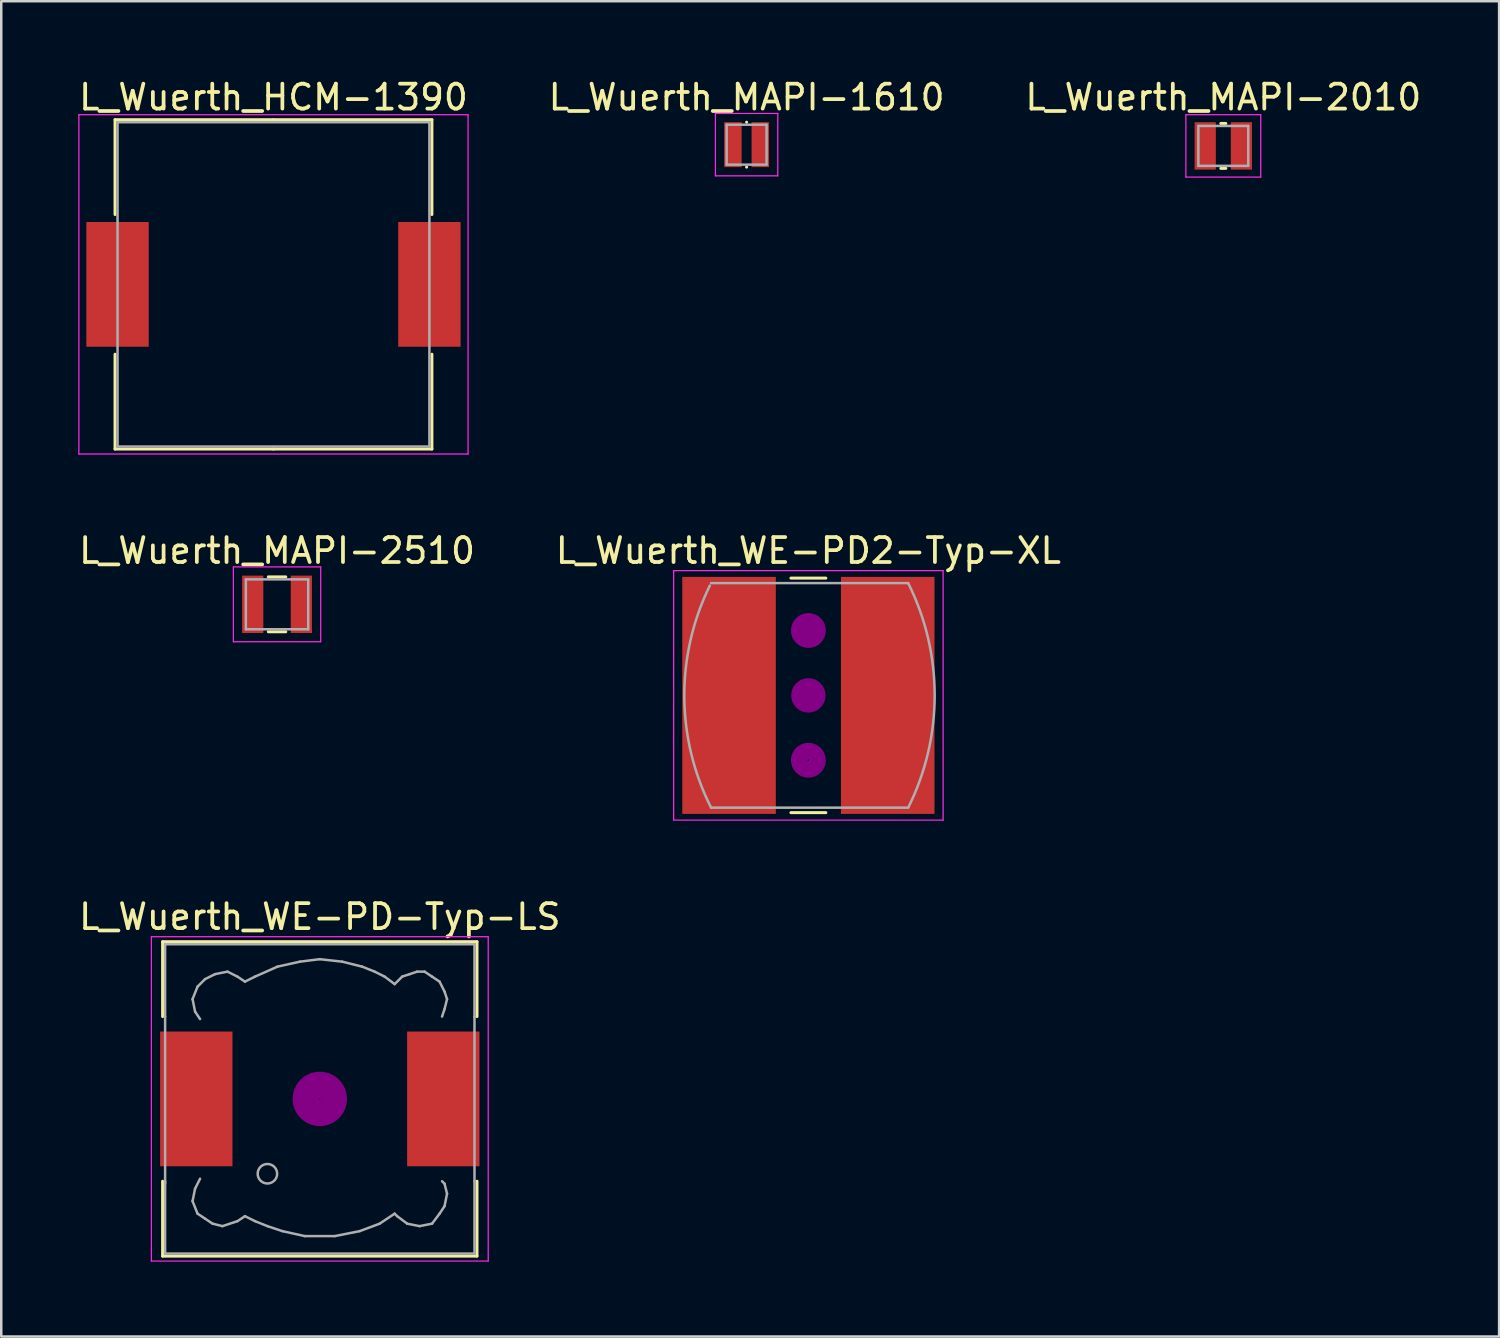
<source format=kicad_pcb>
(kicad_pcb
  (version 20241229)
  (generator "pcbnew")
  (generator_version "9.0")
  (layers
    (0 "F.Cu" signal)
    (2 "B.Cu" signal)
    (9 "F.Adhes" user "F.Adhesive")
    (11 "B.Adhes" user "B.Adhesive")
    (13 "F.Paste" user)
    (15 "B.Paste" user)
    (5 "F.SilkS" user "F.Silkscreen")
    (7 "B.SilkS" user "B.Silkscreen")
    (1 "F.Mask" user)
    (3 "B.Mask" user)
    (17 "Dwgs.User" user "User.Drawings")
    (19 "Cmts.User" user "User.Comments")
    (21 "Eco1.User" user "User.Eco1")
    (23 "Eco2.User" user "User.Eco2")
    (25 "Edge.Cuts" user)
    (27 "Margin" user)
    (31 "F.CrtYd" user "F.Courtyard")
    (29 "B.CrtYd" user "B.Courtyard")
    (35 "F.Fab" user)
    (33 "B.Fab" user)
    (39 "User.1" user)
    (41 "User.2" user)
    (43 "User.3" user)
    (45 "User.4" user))
  (footprint "L_Wuerth_WE-PD-Typ-LS"
    (layer "F.Cu")
    (at 9.768 40.995)
    (property "Reference" "L_Wuerth_WE-PD-Typ-LS" (at 0 -7.3 0) (layer "F.SilkS") (effects (font (size 1 1) (thickness 0.15))))
    (attr smd)
    (fp_line (start -6.3 -6.3) (end 6.3 -6.3) (stroke (width 0.12) (type solid)) (layer "F.SilkS"))
    (fp_line (start -6.3 -3.3) (end -6.3 -6.3) (stroke (width 0.12) (type solid)) (layer "F.SilkS"))
    (fp_line (start -6.3 6.3) (end -6.3 3.3) (stroke (width 0.12) (type solid)) (layer "F.SilkS"))
    (fp_line (start 6.3 -6.3) (end 6.3 -3.3) (stroke (width 0.12) (type solid)) (layer "F.SilkS"))
    (fp_line (start 6.3 3.3) (end 6.3 6.3) (stroke (width 0.12) (type solid)) (layer "F.SilkS"))
    (fp_line (start 6.3 6.3) (end -6.3 6.3) (stroke (width 0.12) (type solid)) (layer "F.SilkS"))
    (fp_circle (center 0 0) (end 0.15 0.15) (stroke (width 0.38) (type solid)) (fill no) (layer "F.Adhes"))
    (fp_circle (center 0 0) (end 0.55 0) (stroke (width 0.38) (type solid)) (fill no) (layer "F.Adhes"))
    (fp_circle (center 0 0) (end 0.9 0) (stroke (width 0.38) (type solid)) (fill no) (layer "F.Adhes"))
    (fp_line (start -6.75 -6.5) (end 6.75 -6.5) (stroke (width 0.05) (type solid)) (layer "F.CrtYd"))
    (fp_line (start -6.75 6.5) (end -6.75 -6.5) (stroke (width 0.05) (type solid)) (layer "F.CrtYd"))
    (fp_line (start 6.75 -6.5) (end 6.75 6.5) (stroke (width 0.05) (type solid)) (layer "F.CrtYd"))
    (fp_line (start 6.75 6.5) (end -6.75 6.5) (stroke (width 0.05) (type solid)) (layer "F.CrtYd"))
    (fp_line (start -6.2 -6.2) (end -6.2 -3.3) (stroke (width 0.1) (type solid)) (layer "F.Fab"))
    (fp_line (start -6.2 -3.3) (end -6.2 3.4) (stroke (width 0.1) (type solid)) (layer "F.Fab"))
    (fp_line (start -6.2 3.3) (end -6.2 6.2) (stroke (width 0.1) (type solid)) (layer "F.Fab"))
    (fp_line (start -6.2 6.2) (end 6.2 6.2) (stroke (width 0.1) (type solid)) (layer "F.Fab"))
    (fp_line (start -5.1 -4) (end -5 -3.5) (stroke (width 0.1) (type solid)) (layer "F.Fab"))
    (fp_line (start -5.1 4.1) (end -5 3.6) (stroke (width 0.1) (type solid)) (layer "F.Fab"))
    (fp_line (start -5 -3.5) (end -4.8 -3.2) (stroke (width 0.1) (type solid)) (layer "F.Fab"))
    (fp_line (start -5 3.6) (end -4.8 3.2) (stroke (width 0.1) (type solid)) (layer "F.Fab"))
    (fp_line (start -4.9 -4.5) (end -5.1 -4) (stroke (width 0.1) (type solid)) (layer "F.Fab"))
    (fp_line (start -4.9 4.6) (end -5.1 4.1) (stroke (width 0.1) (type solid)) (layer "F.Fab"))
    (fp_line (start -4.6 -4.8) (end -4.9 -4.5) (stroke (width 0.1) (type solid)) (layer "F.Fab"))
    (fp_line (start -4.6 4.8) (end -4.9 4.6) (stroke (width 0.1) (type solid)) (layer "F.Fab"))
    (fp_line (start -4.3 5) (end -4.6 4.8) (stroke (width 0.1) (type solid)) (layer "F.Fab"))
    (fp_line (start -4.2 -5) (end -4.6 -4.8) (stroke (width 0.1) (type solid)) (layer "F.Fab"))
    (fp_line (start -3.9 5.1) (end -4.3 5) (stroke (width 0.1) (type solid)) (layer "F.Fab"))
    (fp_line (start -3.7 -5.1) (end -4.2 -5) (stroke (width 0.1) (type solid)) (layer "F.Fab"))
    (fp_line (start -3.3 -4.9) (end -3.7 -5.1) (stroke (width 0.1) (type solid)) (layer "F.Fab"))
    (fp_line (start -3.3 4.9) (end -3.9 5.1) (stroke (width 0.1) (type solid)) (layer "F.Fab"))
    (fp_line (start -3 -4.7) (end -3.3 -4.9) (stroke (width 0.1) (type solid)) (layer "F.Fab"))
    (fp_line (start -3 4.7) (end -3.3 4.9) (stroke (width 0.1) (type solid)) (layer "F.Fab"))
    (fp_line (start -2.6 -4.9) (end -3 -4.7) (stroke (width 0.1) (type solid)) (layer "F.Fab"))
    (fp_line (start -2.6 4.9) (end -3 4.7) (stroke (width 0.1) (type solid)) (layer "F.Fab"))
    (fp_line (start -2.1 5.1) (end -2.6 4.9) (stroke (width 0.1) (type solid)) (layer "F.Fab"))
    (fp_line (start -1.7 -5.3) (end -2.6 -4.9) (stroke (width 0.1) (type solid)) (layer "F.Fab"))
    (fp_line (start -1.5 5.3) (end -2.1 5.1) (stroke (width 0.1) (type solid)) (layer "F.Fab"))
    (fp_line (start -0.8 -5.5) (end -1.7 -5.3) (stroke (width 0.1) (type solid)) (layer "F.Fab"))
    (fp_line (start -0.6 5.5) (end -1.5 5.3) (stroke (width 0.1) (type solid)) (layer "F.Fab"))
    (fp_line (start 0 -5.6) (end -0.8 -5.5) (stroke (width 0.1) (type solid)) (layer "F.Fab"))
    (fp_line (start 0.6 5.5) (end -0.6 5.5) (stroke (width 0.1) (type solid)) (layer "F.Fab"))
    (fp_line (start 0.9 -5.5) (end 0 -5.6) (stroke (width 0.1) (type solid)) (layer "F.Fab"))
    (fp_line (start 1.6 5.3) (end 0.6 5.5) (stroke (width 0.1) (type solid)) (layer "F.Fab"))
    (fp_line (start 1.7 -5.3) (end 0.9 -5.5) (stroke (width 0.1) (type solid)) (layer "F.Fab"))
    (fp_line (start 2.2 -5.1) (end 1.7 -5.3) (stroke (width 0.1) (type solid)) (layer "F.Fab"))
    (fp_line (start 2.4 5) (end 1.6 5.3) (stroke (width 0.1) (type solid)) (layer "F.Fab"))
    (fp_line (start 2.6 -4.9) (end 2.2 -5.1) (stroke (width 0.1) (type solid)) (layer "F.Fab"))
    (fp_line (start 3 -4.6) (end 2.6 -4.9) (stroke (width 0.1) (type solid)) (layer "F.Fab"))
    (fp_line (start 3 4.6) (end 2.4 5) (stroke (width 0.1) (type solid)) (layer "F.Fab"))
    (fp_line (start 3.1 4.7) (end 3 4.6) (stroke (width 0.1) (type solid)) (layer "F.Fab"))
    (fp_line (start 3.3 -4.9) (end 3 -4.6) (stroke (width 0.1) (type solid)) (layer "F.Fab"))
    (fp_line (start 3.5 5) (end 3.1 4.7) (stroke (width 0.1) (type solid)) (layer "F.Fab"))
    (fp_line (start 3.6 -5) (end 3.3 -4.9) (stroke (width 0.1) (type solid)) (layer "F.Fab"))
    (fp_line (start 3.9 -5.1) (end 3.6 -5) (stroke (width 0.1) (type solid)) (layer "F.Fab"))
    (fp_line (start 4 5.1) (end 3.5 5) (stroke (width 0.1) (type solid)) (layer "F.Fab"))
    (fp_line (start 4.2 -5.1) (end 3.9 -5.1) (stroke (width 0.1) (type solid)) (layer "F.Fab"))
    (fp_line (start 4.5 -4.9) (end 4.2 -5.1) (stroke (width 0.1) (type solid)) (layer "F.Fab"))
    (fp_line (start 4.5 5) (end 4 5.1) (stroke (width 0.1) (type solid)) (layer "F.Fab"))
    (fp_line (start 4.8 -4.7) (end 4.5 -4.9) (stroke (width 0.1) (type solid)) (layer "F.Fab"))
    (fp_line (start 4.8 4.6) (end 4.5 5) (stroke (width 0.1) (type solid)) (layer "F.Fab"))
    (fp_line (start 4.9 -3.3) (end 5 -3.6) (stroke (width 0.1) (type solid)) (layer "F.Fab"))
    (fp_line (start 4.9 3.3) (end 5 3.4) (stroke (width 0.1) (type solid)) (layer "F.Fab"))
    (fp_line (start 5 -4.3) (end 4.8 -4.7) (stroke (width 0.1) (type solid)) (layer "F.Fab"))
    (fp_line (start 5 -3.6) (end 5.1 -4) (stroke (width 0.1) (type solid)) (layer "F.Fab"))
    (fp_line (start 5 3.4) (end 5.1 3.8) (stroke (width 0.1) (type solid)) (layer "F.Fab"))
    (fp_line (start 5 4.3) (end 4.8 4.6) (stroke (width 0.1) (type solid)) (layer "F.Fab"))
    (fp_line (start 5.1 -4) (end 5 -4.3) (stroke (width 0.1) (type solid)) (layer "F.Fab"))
    (fp_line (start 5.1 3.8) (end 5 4.3) (stroke (width 0.1) (type solid)) (layer "F.Fab"))
    (fp_line (start 6.2 -6.2) (end -6.2 -6.2) (stroke (width 0.1) (type solid)) (layer "F.Fab"))
    (fp_line (start 6.2 -6.2) (end 6.2 -3.3) (stroke (width 0.1) (type solid)) (layer "F.Fab"))
    (fp_line (start 6.2 3.3) (end 6.2 -3.3) (stroke (width 0.1) (type solid)) (layer "F.Fab"))
    (fp_line (start 6.2 6.2) (end 6.2 3.3) (stroke (width 0.1) (type solid)) (layer "F.Fab"))
    (fp_circle (center -2.1 3) (end -1.8 3.25) (stroke (width 0.1) (type solid)) (fill no) (layer "F.Fab"))
    (pad "1" smd rect (at -4.95 0) (size 2.9 5.4) (layers "F.Cu" "F.Mask" "F.Paste"))
    (pad "2" smd rect (at 4.95 0) (size 2.9 5.4) (layers "F.Cu" "F.Mask" "F.Paste")))
  (footprint "L_Wuerth_MAPI-1610"
    (layer "F.Cu")
    (at 26.875 2.748)
    (property "Reference" "L_Wuerth_MAPI-1610" (at 0 -1.9 0) (layer "F.SilkS") (effects (font (size 1 1) (thickness 0.15))))
    (attr smd)
    (fp_line (start 0 -0.9) (end 0 -0.9) (stroke (width 0.12) (type solid)) (layer "F.SilkS"))
    (fp_line (start 0 0.9) (end 0 0.9) (stroke (width 0.12) (type solid)) (layer "F.SilkS"))
    (fp_line (start -1.25 -1.25) (end -1.25 1.25) (stroke (width 0.05) (type solid)) (layer "F.CrtYd"))
    (fp_line (start -1.25 1.25) (end 1.25 1.25) (stroke (width 0.05) (type solid)) (layer "F.CrtYd"))
    (fp_line (start 1.25 -1.25) (end -1.25 -1.25) (stroke (width 0.05) (type solid)) (layer "F.CrtYd"))
    (fp_line (start 1.25 1.25) (end 1.25 -1.25) (stroke (width 0.05) (type solid)) (layer "F.CrtYd"))
    (fp_line (start -0.8 -0.8) (end -0.8 0.8) (stroke (width 0.1) (type solid)) (layer "F.Fab"))
    (fp_line (start -0.8 0.8) (end 0.8 0.8) (stroke (width 0.1) (type solid)) (layer "F.Fab"))
    (fp_line (start 0.8 -0.8) (end -0.8 -0.8) (stroke (width 0.1) (type solid)) (layer "F.Fab"))
    (fp_line (start 0.8 0.8) (end 0.8 -0.8) (stroke (width 0.1) (type solid)) (layer "F.Fab"))
    (pad "1" smd rect (at -0.55 0) (size 0.7 1.8) (layers "F.Cu" "F.Mask" "F.Paste"))
    (pad "2" smd rect (at 0.55 0) (size 0.7 1.8) (layers "F.Cu" "F.Mask" "F.Paste")))
  (footprint "L_Wuerth_WE-PD2-Typ-XL"
    (layer "F.Cu")
    (at 29.351 24.822)
    (property "Reference" "L_Wuerth_WE-PD2-Typ-XL" (at 0 -5.8 0) (layer "F.SilkS") (effects (font (size 1 1) (thickness 0.15))))
    (attr smd)
    (fp_line (start -0.7 -4.7) (end 0.7 -4.7) (stroke (width 0.12) (type solid)) (layer "F.SilkS"))
    (fp_line (start -0.7 4.7) (end 0.7 4.7) (stroke (width 0.12) (type solid)) (layer "F.SilkS"))
    (fp_circle (center 0 -2.6) (end 0.2 -2.6) (stroke (width 0.38) (type solid)) (fill no) (layer "F.Adhes"))
    (fp_circle (center 0 -2.6) (end 0.5 -2.5) (stroke (width 0.38) (type solid)) (fill no) (layer "F.Adhes"))
    (fp_circle (center 0 0) (end 0.2 0) (stroke (width 0.38) (type solid)) (fill no) (layer "F.Adhes"))
    (fp_circle (center 0 0) (end 0.5 0) (stroke (width 0.38) (type solid)) (fill no) (layer "F.Adhes"))
    (fp_circle (center 0 2.6) (end 0.1 2.8) (stroke (width 0.38) (type solid)) (fill no) (layer "F.Adhes"))
    (fp_circle (center 0 2.6) (end 0.5 2.7) (stroke (width 0.38) (type solid)) (fill no) (layer "F.Adhes"))
    (fp_line (start -5.4 -5) (end -5.4 5) (stroke (width 0.05) (type solid)) (layer "F.CrtYd"))
    (fp_line (start -5.4 5) (end 5.4 5) (stroke (width 0.05) (type solid)) (layer "F.CrtYd"))
    (fp_line (start 5.4 -5) (end -5.4 -5) (stroke (width 0.05) (type solid)) (layer "F.CrtYd"))
    (fp_line (start 5.4 5) (end 5.4 -5) (stroke (width 0.05) (type solid)) (layer "F.CrtYd"))
    (fp_line (start -3.9 4.5) (end 4 4.5) (stroke (width 0.1) (type solid)) (layer "F.Fab"))
    (fp_line (start 4 -4.5) (end -3.9 -4.5) (stroke (width 0.1) (type solid)) (layer "F.Fab"))
    (fp_arc (start -3.9 4.5) (mid -4.972806 0.056044) (end -3.950014 -4.399688) (stroke (width 0.1) (type solid)) (layer "F.Fab"))
    (fp_arc (start 4 -4.5) (mid 5.062299 -0.011424) (end 4.010195 4.479552) (stroke (width 0.1) (type solid)) (layer "F.Fab"))
    (pad "1" smd rect (at -3.18 0) (size 3.75 9.5) (layers "F.Cu" "F.Mask" "F.Paste"))
    (pad "2" smd rect (at 3.18 0) (size 3.75 9.5) (layers "F.Cu" "F.Mask" "F.Paste")))
  (footprint "L_Wuerth_MAPI-2010"
    (layer "F.Cu")
    (at 45.982 2.798)
    (property "Reference" "L_Wuerth_MAPI-2010" (at 0 -1.95 0) (layer "F.SilkS") (effects (font (size 1 1) (thickness 0.15))))
    (attr smd)
    (fp_line (start -0.1 -0.9) (end 0.1 -0.9) (stroke (width 0.12) (type solid)) (layer "F.SilkS"))
    (fp_line (start -0.1 0.9) (end 0.1 0.9) (stroke (width 0.12) (type solid)) (layer "F.SilkS"))
    (fp_line (start -1.5 -1.25) (end -1.5 1.25) (stroke (width 0.05) (type solid)) (layer "F.CrtYd"))
    (fp_line (start -1.5 1.25) (end 1.5 1.25) (stroke (width 0.05) (type solid)) (layer "F.CrtYd"))
    (fp_line (start 1.5 -1.25) (end -1.5 -1.25) (stroke (width 0.05) (type solid)) (layer "F.CrtYd"))
    (fp_line (start 1.5 1.25) (end 1.5 -1.25) (stroke (width 0.05) (type solid)) (layer "F.CrtYd"))
    (fp_line (start -1 -0.8) (end -1 0.8) (stroke (width 0.1) (type solid)) (layer "F.Fab"))
    (fp_line (start -1 0.8) (end 1 0.8) (stroke (width 0.1) (type solid)) (layer "F.Fab"))
    (fp_line (start 1 -0.8) (end -1 -0.8) (stroke (width 0.1) (type solid)) (layer "F.Fab"))
    (fp_line (start 1 0.8) (end 1 -0.8) (stroke (width 0.1) (type solid)) (layer "F.Fab"))
    (pad "1" smd rect (at -0.725 0) (size 0.85 1.9) (layers "F.Cu" "F.Mask" "F.Paste"))
    (pad "2" smd rect (at 0.725 0) (size 0.85 1.9) (layers "F.Cu" "F.Mask" "F.Paste")))
  (footprint "L_Wuerth_MAPI-2510"
    (layer "F.Cu")
    (at 8.054 21.172)
    (property "Reference" "L_Wuerth_MAPI-2510" (at 0 -2.15 0) (layer "F.SilkS") (effects (font (size 1 1) (thickness 0.15))))
    (attr smd)
    (fp_line (start -0.35 -1.1) (end 0.35 -1.1) (stroke (width 0.12) (type solid)) (layer "F.SilkS"))
    (fp_line (start -0.35 1.1) (end 0.35 1.1) (stroke (width 0.12) (type solid)) (layer "F.SilkS"))
    (fp_line (start -1.75 -1.5) (end -1.75 1.5) (stroke (width 0.05) (type solid)) (layer "F.CrtYd"))
    (fp_line (start -1.75 1.5) (end 1.75 1.5) (stroke (width 0.05) (type solid)) (layer "F.CrtYd"))
    (fp_line (start 1.75 -1.5) (end -1.75 -1.5) (stroke (width 0.05) (type solid)) (layer "F.CrtYd"))
    (fp_line (start 1.75 1.5) (end 1.75 -1.5) (stroke (width 0.05) (type solid)) (layer "F.CrtYd"))
    (fp_line (start -1.25 -1) (end -1.25 1) (stroke (width 0.1) (type solid)) (layer "F.Fab"))
    (fp_line (start -1.25 1) (end 1.25 1) (stroke (width 0.1) (type solid)) (layer "F.Fab"))
    (fp_line (start 1.25 -1) (end -1.25 -1) (stroke (width 0.1) (type solid)) (layer "F.Fab"))
    (fp_line (start 1.25 1) (end 1.25 -1) (stroke (width 0.1) (type solid)) (layer "F.Fab"))
    (pad "1" smd rect (at -0.975 0) (size 0.85 2.3) (layers "F.Cu" "F.Mask" "F.Paste"))
    (pad "2" smd rect (at 0.975 0) (size 0.85 2.3) (layers "F.Cu" "F.Mask" "F.Paste")))
  (footprint "L_Wuerth_HCM-1390"
    (layer "F.Cu")
    (at 7.911 8.348)
    (property "Reference" "L_Wuerth_HCM-1390" (at 0 -7.5 0) (layer "F.SilkS") (effects (font (size 1 1) (thickness 0.15))))
    (attr smd)
    (fp_line (start -6.35 -6.6) (end 0 -6.6) (stroke (width 0.12) (type solid)) (layer "F.SilkS"))
    (fp_line (start -6.35 -2.8) (end -6.35 -6.6) (stroke (width 0.12) (type solid)) (layer "F.SilkS"))
    (fp_line (start -6.35 2.8) (end -6.35 6.6) (stroke (width 0.12) (type solid)) (layer "F.SilkS"))
    (fp_line (start -6.35 6.6) (end 0 6.6) (stroke (width 0.12) (type solid)) (layer "F.SilkS"))
    (fp_line (start 6.35 -6.6) (end 0 -6.6) (stroke (width 0.12) (type solid)) (layer "F.SilkS"))
    (fp_line (start 6.35 -2.8) (end 6.35 -6.6) (stroke (width 0.12) (type solid)) (layer "F.SilkS"))
    (fp_line (start 6.35 2.8) (end 6.35 6.6) (stroke (width 0.12) (type solid)) (layer "F.SilkS"))
    (fp_line (start 6.35 6.6) (end 0 6.6) (stroke (width 0.12) (type solid)) (layer "F.SilkS"))
    (fp_line (start -7.8 -6.8) (end -7.8 6.8) (stroke (width 0.05) (type solid)) (layer "F.CrtYd"))
    (fp_line (start -7.8 6.8) (end 7.8 6.8) (stroke (width 0.05) (type solid)) (layer "F.CrtYd"))
    (fp_line (start 7.8 -6.8) (end -7.8 -6.8) (stroke (width 0.05) (type solid)) (layer "F.CrtYd"))
    (fp_line (start 7.8 6.8) (end 7.8 -6.8) (stroke (width 0.05) (type solid)) (layer "F.CrtYd"))
    (fp_line (start -6.25 -6.5) (end -6.25 6.5) (stroke (width 0.1) (type solid)) (layer "F.Fab"))
    (fp_line (start -6.25 6.5) (end 6.25 6.5) (stroke (width 0.1) (type solid)) (layer "F.Fab"))
    (fp_line (start 6.25 -6.5) (end -6.25 -6.5) (stroke (width 0.1) (type solid)) (layer "F.Fab"))
    (fp_line (start 6.25 6.5) (end 6.25 -6.5) (stroke (width 0.1) (type solid)) (layer "F.Fab"))
    (pad "1" smd rect (at -6.25 0) (size 2.5 5) (layers "F.Cu" "F.Mask" "F.Paste"))
    (pad "2" smd rect (at 6.25 0) (size 2.5 5) (layers "F.Cu" "F.Mask" "F.Paste")))
  (gr_rect
    (start -3 -3)
    (end 57.036 50.52)
    (stroke (width 0.1) (type default))
    (fill no)
    (layer "Edge.Cuts")))
</source>
